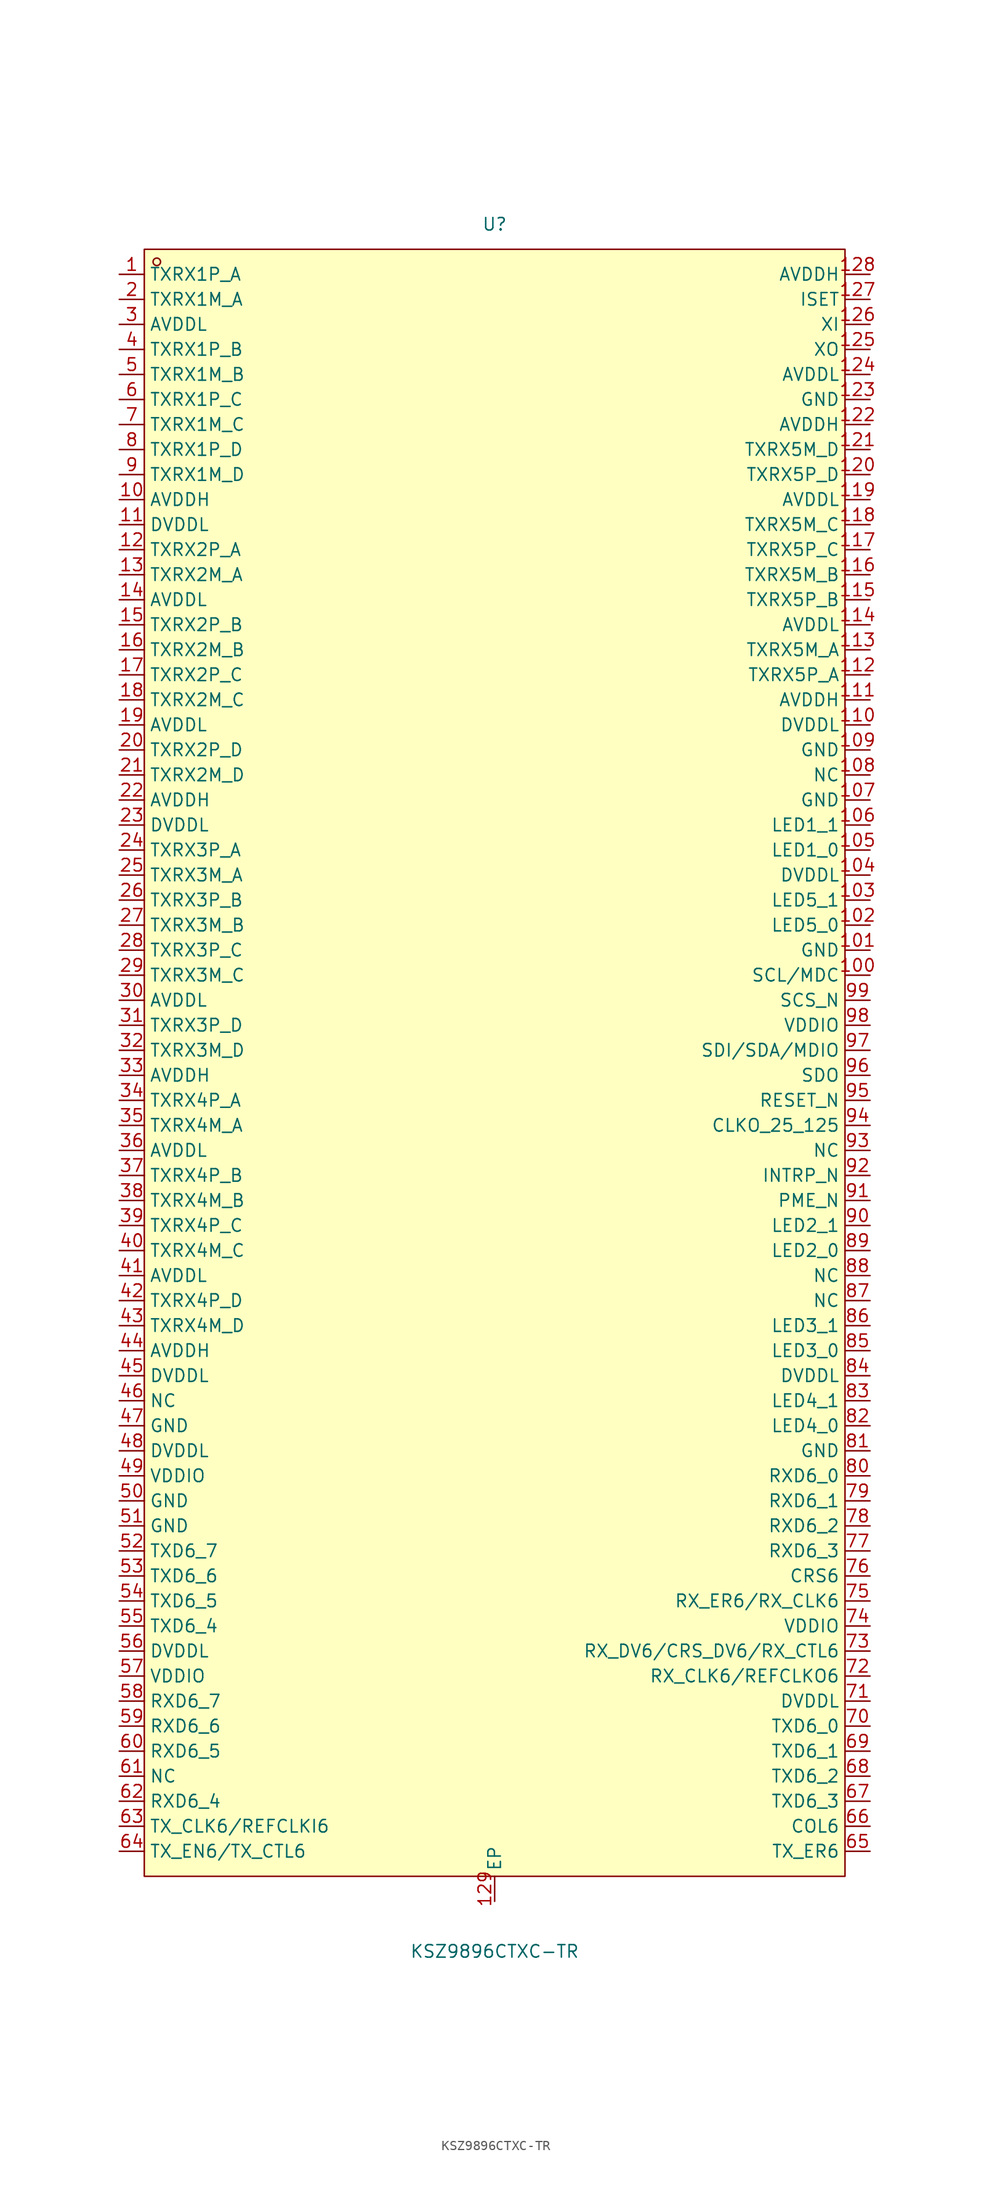
<source format=kicad_sym>
(kicad_symbol_lib
  (version 20211014)
  (generator https://github.com/uPesy/easyeda2kicad.py)
  (symbol "KSZ9896CTXC-TR"
    (property "Reference" "U"
      (at 0 86.36 0)
      (effects (font (size 1.27 1.27))))
    (property "Value" "KSZ9896CTXC-TR"
      (at 0 -88.90 0)
      (effects (font (size 1.27 1.27))))
    (symbol "KSZ9896CTXC-TR_0_1"
      (rectangle (start -35.56 83.82) (end 35.56 -81.28) (stroke (width 0) (type default) (color 0 0 0 0)) (fill (type background)))
      (circle (center -34.29 82.55) (radius 0.38) (stroke (width 0) (type default) (color 0 0 0 0)) (fill (type none)))
      (pin unspecified line (at 0.00 -83.82 90) (length 2.54) (name "EP" (effects (font (size 1.27 1.27)))) (number "129" (effects (font (size 1.27 1.27)))))
      (pin unspecified line (at 38.10 81.28 180) (length 2.54) (name "AVDDH" (effects (font (size 1.27 1.27)))) (number "128" (effects (font (size 1.27 1.27)))))
      (pin unspecified line (at 38.10 78.74 180) (length 2.54) (name "ISET" (effects (font (size 1.27 1.27)))) (number "127" (effects (font (size 1.27 1.27)))))
      (pin unspecified line (at 38.10 76.20 180) (length 2.54) (name "XI" (effects (font (size 1.27 1.27)))) (number "126" (effects (font (size 1.27 1.27)))))
      (pin unspecified line (at 38.10 73.66 180) (length 2.54) (name "XO" (effects (font (size 1.27 1.27)))) (number "125" (effects (font (size 1.27 1.27)))))
      (pin unspecified line (at 38.10 71.12 180) (length 2.54) (name "AVDDL" (effects (font (size 1.27 1.27)))) (number "124" (effects (font (size 1.27 1.27)))))
      (pin unspecified line (at 38.10 68.58 180) (length 2.54) (name "GND" (effects (font (size 1.27 1.27)))) (number "123" (effects (font (size 1.27 1.27)))))
      (pin unspecified line (at 38.10 66.04 180) (length 2.54) (name "AVDDH" (effects (font (size 1.27 1.27)))) (number "122" (effects (font (size 1.27 1.27)))))
      (pin unspecified line (at 38.10 63.50 180) (length 2.54) (name "TXRX5M_D" (effects (font (size 1.27 1.27)))) (number "121" (effects (font (size 1.27 1.27)))))
      (pin unspecified line (at 38.10 60.96 180) (length 2.54) (name "TXRX5P_D" (effects (font (size 1.27 1.27)))) (number "120" (effects (font (size 1.27 1.27)))))
      (pin unspecified line (at 38.10 58.42 180) (length 2.54) (name "AVDDL" (effects (font (size 1.27 1.27)))) (number "119" (effects (font (size 1.27 1.27)))))
      (pin unspecified line (at 38.10 55.88 180) (length 2.54) (name "TXRX5M_C" (effects (font (size 1.27 1.27)))) (number "118" (effects (font (size 1.27 1.27)))))
      (pin unspecified line (at 38.10 53.34 180) (length 2.54) (name "TXRX5P_C" (effects (font (size 1.27 1.27)))) (number "117" (effects (font (size 1.27 1.27)))))
      (pin unspecified line (at 38.10 50.80 180) (length 2.54) (name "TXRX5M_B" (effects (font (size 1.27 1.27)))) (number "116" (effects (font (size 1.27 1.27)))))
      (pin unspecified line (at 38.10 48.26 180) (length 2.54) (name "TXRX5P_B" (effects (font (size 1.27 1.27)))) (number "115" (effects (font (size 1.27 1.27)))))
      (pin unspecified line (at 38.10 45.72 180) (length 2.54) (name "AVDDL" (effects (font (size 1.27 1.27)))) (number "114" (effects (font (size 1.27 1.27)))))
      (pin unspecified line (at 38.10 43.18 180) (length 2.54) (name "TXRX5M_A" (effects (font (size 1.27 1.27)))) (number "113" (effects (font (size 1.27 1.27)))))
      (pin unspecified line (at 38.10 40.64 180) (length 2.54) (name "TXRX5P_A" (effects (font (size 1.27 1.27)))) (number "112" (effects (font (size 1.27 1.27)))))
      (pin unspecified line (at 38.10 38.10 180) (length 2.54) (name "AVDDH" (effects (font (size 1.27 1.27)))) (number "111" (effects (font (size 1.27 1.27)))))
      (pin unspecified line (at 38.10 35.56 180) (length 2.54) (name "DVDDL" (effects (font (size 1.27 1.27)))) (number "110" (effects (font (size 1.27 1.27)))))
      (pin unspecified line (at 38.10 33.02 180) (length 2.54) (name "GND" (effects (font (size 1.27 1.27)))) (number "109" (effects (font (size 1.27 1.27)))))
      (pin unspecified line (at 38.10 30.48 180) (length 2.54) (name "NC" (effects (font (size 1.27 1.27)))) (number "108" (effects (font (size 1.27 1.27)))))
      (pin unspecified line (at 38.10 27.94 180) (length 2.54) (name "GND" (effects (font (size 1.27 1.27)))) (number "107" (effects (font (size 1.27 1.27)))))
      (pin unspecified line (at 38.10 25.40 180) (length 2.54) (name "LED1_1" (effects (font (size 1.27 1.27)))) (number "106" (effects (font (size 1.27 1.27)))))
      (pin unspecified line (at 38.10 22.86 180) (length 2.54) (name "LED1_0" (effects (font (size 1.27 1.27)))) (number "105" (effects (font (size 1.27 1.27)))))
      (pin unspecified line (at 38.10 20.32 180) (length 2.54) (name "DVDDL" (effects (font (size 1.27 1.27)))) (number "104" (effects (font (size 1.27 1.27)))))
      (pin unspecified line (at 38.10 17.78 180) (length 2.54) (name "LED5_1" (effects (font (size 1.27 1.27)))) (number "103" (effects (font (size 1.27 1.27)))))
      (pin unspecified line (at 38.10 15.24 180) (length 2.54) (name "LED5_0" (effects (font (size 1.27 1.27)))) (number "102" (effects (font (size 1.27 1.27)))))
      (pin unspecified line (at 38.10 12.70 180) (length 2.54) (name "GND" (effects (font (size 1.27 1.27)))) (number "101" (effects (font (size 1.27 1.27)))))
      (pin unspecified line (at 38.10 10.16 180) (length 2.54) (name "SCL/MDC" (effects (font (size 1.27 1.27)))) (number "100" (effects (font (size 1.27 1.27)))))
      (pin unspecified line (at 38.10 7.62 180) (length 2.54) (name "SCS_N" (effects (font (size 1.27 1.27)))) (number "99" (effects (font (size 1.27 1.27)))))
      (pin unspecified line (at 38.10 5.08 180) (length 2.54) (name "VDDIO" (effects (font (size 1.27 1.27)))) (number "98" (effects (font (size 1.27 1.27)))))
      (pin unspecified line (at 38.10 2.54 180) (length 2.54) (name "SDI/SDA/MDIO" (effects (font (size 1.27 1.27)))) (number "97" (effects (font (size 1.27 1.27)))))
      (pin unspecified line (at 38.10 -0.00 180) (length 2.54) (name "SDO" (effects (font (size 1.27 1.27)))) (number "96" (effects (font (size 1.27 1.27)))))
      (pin unspecified line (at 38.10 -2.54 180) (length 2.54) (name "RESET_N" (effects (font (size 1.27 1.27)))) (number "95" (effects (font (size 1.27 1.27)))))
      (pin unspecified line (at 38.10 -5.08 180) (length 2.54) (name "CLKO_25_125" (effects (font (size 1.27 1.27)))) (number "94" (effects (font (size 1.27 1.27)))))
      (pin unspecified line (at 38.10 -7.62 180) (length 2.54) (name "NC" (effects (font (size 1.27 1.27)))) (number "93" (effects (font (size 1.27 1.27)))))
      (pin unspecified line (at 38.10 -10.16 180) (length 2.54) (name "INTRP_N" (effects (font (size 1.27 1.27)))) (number "92" (effects (font (size 1.27 1.27)))))
      (pin unspecified line (at 38.10 -12.70 180) (length 2.54) (name "PME_N" (effects (font (size 1.27 1.27)))) (number "91" (effects (font (size 1.27 1.27)))))
      (pin unspecified line (at 38.10 -15.24 180) (length 2.54) (name "LED2_1" (effects (font (size 1.27 1.27)))) (number "90" (effects (font (size 1.27 1.27)))))
      (pin unspecified line (at 38.10 -17.78 180) (length 2.54) (name "LED2_0" (effects (font (size 1.27 1.27)))) (number "89" (effects (font (size 1.27 1.27)))))
      (pin unspecified line (at 38.10 -20.32 180) (length 2.54) (name "NC" (effects (font (size 1.27 1.27)))) (number "88" (effects (font (size 1.27 1.27)))))
      (pin unspecified line (at 38.10 -22.86 180) (length 2.54) (name "NC" (effects (font (size 1.27 1.27)))) (number "87" (effects (font (size 1.27 1.27)))))
      (pin unspecified line (at 38.10 -25.40 180) (length 2.54) (name "LED3_1" (effects (font (size 1.27 1.27)))) (number "86" (effects (font (size 1.27 1.27)))))
      (pin unspecified line (at 38.10 -27.94 180) (length 2.54) (name "LED3_0" (effects (font (size 1.27 1.27)))) (number "85" (effects (font (size 1.27 1.27)))))
      (pin unspecified line (at 38.10 -30.48 180) (length 2.54) (name "DVDDL" (effects (font (size 1.27 1.27)))) (number "84" (effects (font (size 1.27 1.27)))))
      (pin unspecified line (at 38.10 -33.02 180) (length 2.54) (name "LED4_1" (effects (font (size 1.27 1.27)))) (number "83" (effects (font (size 1.27 1.27)))))
      (pin unspecified line (at 38.10 -35.56 180) (length 2.54) (name "LED4_0" (effects (font (size 1.27 1.27)))) (number "82" (effects (font (size 1.27 1.27)))))
      (pin unspecified line (at 38.10 -38.10 180) (length 2.54) (name "GND" (effects (font (size 1.27 1.27)))) (number "81" (effects (font (size 1.27 1.27)))))
      (pin unspecified line (at 38.10 -40.64 180) (length 2.54) (name "RXD6_0" (effects (font (size 1.27 1.27)))) (number "80" (effects (font (size 1.27 1.27)))))
      (pin unspecified line (at 38.10 -43.18 180) (length 2.54) (name "RXD6_1" (effects (font (size 1.27 1.27)))) (number "79" (effects (font (size 1.27 1.27)))))
      (pin unspecified line (at 38.10 -45.72 180) (length 2.54) (name "RXD6_2" (effects (font (size 1.27 1.27)))) (number "78" (effects (font (size 1.27 1.27)))))
      (pin unspecified line (at 38.10 -48.26 180) (length 2.54) (name "RXD6_3" (effects (font (size 1.27 1.27)))) (number "77" (effects (font (size 1.27 1.27)))))
      (pin unspecified line (at 38.10 -50.80 180) (length 2.54) (name "CRS6" (effects (font (size 1.27 1.27)))) (number "76" (effects (font (size 1.27 1.27)))))
      (pin unspecified line (at 38.10 -53.34 180) (length 2.54) (name "RX_ER6/RX_CLK6" (effects (font (size 1.27 1.27)))) (number "75" (effects (font (size 1.27 1.27)))))
      (pin unspecified line (at 38.10 -55.88 180) (length 2.54) (name "VDDIO" (effects (font (size 1.27 1.27)))) (number "74" (effects (font (size 1.27 1.27)))))
      (pin unspecified line (at 38.10 -58.42 180) (length 2.54) (name "RX_DV6/CRS_DV6/RX_CTL6" (effects (font (size 1.27 1.27)))) (number "73" (effects (font (size 1.27 1.27)))))
      (pin unspecified line (at 38.10 -60.96 180) (length 2.54) (name "RX_CLK6/REFCLKO6" (effects (font (size 1.27 1.27)))) (number "72" (effects (font (size 1.27 1.27)))))
      (pin unspecified line (at 38.10 -63.50 180) (length 2.54) (name "DVDDL" (effects (font (size 1.27 1.27)))) (number "71" (effects (font (size 1.27 1.27)))))
      (pin unspecified line (at 38.10 -66.04 180) (length 2.54) (name "TXD6_0" (effects (font (size 1.27 1.27)))) (number "70" (effects (font (size 1.27 1.27)))))
      (pin unspecified line (at 38.10 -68.58 180) (length 2.54) (name "TXD6_1" (effects (font (size 1.27 1.27)))) (number "69" (effects (font (size 1.27 1.27)))))
      (pin unspecified line (at 38.10 -71.12 180) (length 2.54) (name "TXD6_2" (effects (font (size 1.27 1.27)))) (number "68" (effects (font (size 1.27 1.27)))))
      (pin unspecified line (at 38.10 -73.66 180) (length 2.54) (name "TXD6_3" (effects (font (size 1.27 1.27)))) (number "67" (effects (font (size 1.27 1.27)))))
      (pin unspecified line (at 38.10 -76.20 180) (length 2.54) (name "COL6" (effects (font (size 1.27 1.27)))) (number "66" (effects (font (size 1.27 1.27)))))
      (pin unspecified line (at 38.10 -78.74 180) (length 2.54) (name "TX_ER6" (effects (font (size 1.27 1.27)))) (number "65" (effects (font (size 1.27 1.27)))))
      (pin unspecified line (at -38.10 -78.74 0) (length 2.54) (name "TX_EN6/TX_CTL6" (effects (font (size 1.27 1.27)))) (number "64" (effects (font (size 1.27 1.27)))))
      (pin unspecified line (at -38.10 -76.20 0) (length 2.54) (name "TX_CLK6/REFCLKI6" (effects (font (size 1.27 1.27)))) (number "63" (effects (font (size 1.27 1.27)))))
      (pin unspecified line (at -38.10 -73.66 0) (length 2.54) (name "RXD6_4" (effects (font (size 1.27 1.27)))) (number "62" (effects (font (size 1.27 1.27)))))
      (pin unspecified line (at -38.10 -71.12 0) (length 2.54) (name "NC" (effects (font (size 1.27 1.27)))) (number "61" (effects (font (size 1.27 1.27)))))
      (pin unspecified line (at -38.10 -68.58 0) (length 2.54) (name "RXD6_5" (effects (font (size 1.27 1.27)))) (number "60" (effects (font (size 1.27 1.27)))))
      (pin unspecified line (at -38.10 -66.04 0) (length 2.54) (name "RXD6_6" (effects (font (size 1.27 1.27)))) (number "59" (effects (font (size 1.27 1.27)))))
      (pin unspecified line (at -38.10 -63.50 0) (length 2.54) (name "RXD6_7" (effects (font (size 1.27 1.27)))) (number "58" (effects (font (size 1.27 1.27)))))
      (pin unspecified line (at -38.10 -60.96 0) (length 2.54) (name "VDDIO" (effects (font (size 1.27 1.27)))) (number "57" (effects (font (size 1.27 1.27)))))
      (pin unspecified line (at -38.10 -58.42 0) (length 2.54) (name "DVDDL" (effects (font (size 1.27 1.27)))) (number "56" (effects (font (size 1.27 1.27)))))
      (pin unspecified line (at -38.10 -55.88 0) (length 2.54) (name "TXD6_4" (effects (font (size 1.27 1.27)))) (number "55" (effects (font (size 1.27 1.27)))))
      (pin unspecified line (at -38.10 -53.34 0) (length 2.54) (name "TXD6_5" (effects (font (size 1.27 1.27)))) (number "54" (effects (font (size 1.27 1.27)))))
      (pin unspecified line (at -38.10 -50.80 0) (length 2.54) (name "TXD6_6" (effects (font (size 1.27 1.27)))) (number "53" (effects (font (size 1.27 1.27)))))
      (pin unspecified line (at -38.10 -48.26 0) (length 2.54) (name "TXD6_7" (effects (font (size 1.27 1.27)))) (number "52" (effects (font (size 1.27 1.27)))))
      (pin unspecified line (at -38.10 -45.72 0) (length 2.54) (name "GND" (effects (font (size 1.27 1.27)))) (number "51" (effects (font (size 1.27 1.27)))))
      (pin unspecified line (at -38.10 -43.18 0) (length 2.54) (name "GND" (effects (font (size 1.27 1.27)))) (number "50" (effects (font (size 1.27 1.27)))))
      (pin unspecified line (at -38.10 -40.64 0) (length 2.54) (name "VDDIO" (effects (font (size 1.27 1.27)))) (number "49" (effects (font (size 1.27 1.27)))))
      (pin unspecified line (at -38.10 -38.10 0) (length 2.54) (name "DVDDL" (effects (font (size 1.27 1.27)))) (number "48" (effects (font (size 1.27 1.27)))))
      (pin unspecified line (at -38.10 -35.56 0) (length 2.54) (name "GND" (effects (font (size 1.27 1.27)))) (number "47" (effects (font (size 1.27 1.27)))))
      (pin unspecified line (at -38.10 -33.02 0) (length 2.54) (name "NC" (effects (font (size 1.27 1.27)))) (number "46" (effects (font (size 1.27 1.27)))))
      (pin unspecified line (at -38.10 -30.48 0) (length 2.54) (name "DVDDL" (effects (font (size 1.27 1.27)))) (number "45" (effects (font (size 1.27 1.27)))))
      (pin unspecified line (at -38.10 -27.94 0) (length 2.54) (name "AVDDH" (effects (font (size 1.27 1.27)))) (number "44" (effects (font (size 1.27 1.27)))))
      (pin unspecified line (at -38.10 -25.40 0) (length 2.54) (name "TXRX4M_D" (effects (font (size 1.27 1.27)))) (number "43" (effects (font (size 1.27 1.27)))))
      (pin unspecified line (at -38.10 -22.86 0) (length 2.54) (name "TXRX4P_D" (effects (font (size 1.27 1.27)))) (number "42" (effects (font (size 1.27 1.27)))))
      (pin unspecified line (at -38.10 -20.32 0) (length 2.54) (name "AVDDL" (effects (font (size 1.27 1.27)))) (number "41" (effects (font (size 1.27 1.27)))))
      (pin unspecified line (at -38.10 -17.78 0) (length 2.54) (name "TXRX4M_C" (effects (font (size 1.27 1.27)))) (number "40" (effects (font (size 1.27 1.27)))))
      (pin unspecified line (at -38.10 -15.24 0) (length 2.54) (name "TXRX4P_C" (effects (font (size 1.27 1.27)))) (number "39" (effects (font (size 1.27 1.27)))))
      (pin unspecified line (at -38.10 -12.70 0) (length 2.54) (name "TXRX4M_B" (effects (font (size 1.27 1.27)))) (number "38" (effects (font (size 1.27 1.27)))))
      (pin unspecified line (at -38.10 -10.16 0) (length 2.54) (name "TXRX4P_B" (effects (font (size 1.27 1.27)))) (number "37" (effects (font (size 1.27 1.27)))))
      (pin unspecified line (at -38.10 -7.62 0) (length 2.54) (name "AVDDL" (effects (font (size 1.27 1.27)))) (number "36" (effects (font (size 1.27 1.27)))))
      (pin unspecified line (at -38.10 -5.08 0) (length 2.54) (name "TXRX4M_A" (effects (font (size 1.27 1.27)))) (number "35" (effects (font (size 1.27 1.27)))))
      (pin unspecified line (at -38.10 -2.54 0) (length 2.54) (name "TXRX4P_A" (effects (font (size 1.27 1.27)))) (number "34" (effects (font (size 1.27 1.27)))))
      (pin unspecified line (at -38.10 -0.00 0) (length 2.54) (name "AVDDH" (effects (font (size 1.27 1.27)))) (number "33" (effects (font (size 1.27 1.27)))))
      (pin unspecified line (at -38.10 2.54 0) (length 2.54) (name "TXRX3M_D" (effects (font (size 1.27 1.27)))) (number "32" (effects (font (size 1.27 1.27)))))
      (pin unspecified line (at -38.10 5.08 0) (length 2.54) (name "TXRX3P_D" (effects (font (size 1.27 1.27)))) (number "31" (effects (font (size 1.27 1.27)))))
      (pin unspecified line (at -38.10 7.62 0) (length 2.54) (name "AVDDL" (effects (font (size 1.27 1.27)))) (number "30" (effects (font (size 1.27 1.27)))))
      (pin unspecified line (at -38.10 10.16 0) (length 2.54) (name "TXRX3M_C" (effects (font (size 1.27 1.27)))) (number "29" (effects (font (size 1.27 1.27)))))
      (pin unspecified line (at -38.10 12.70 0) (length 2.54) (name "TXRX3P_C" (effects (font (size 1.27 1.27)))) (number "28" (effects (font (size 1.27 1.27)))))
      (pin unspecified line (at -38.10 15.24 0) (length 2.54) (name "TXRX3M_B" (effects (font (size 1.27 1.27)))) (number "27" (effects (font (size 1.27 1.27)))))
      (pin unspecified line (at -38.10 17.78 0) (length 2.54) (name "TXRX3P_B" (effects (font (size 1.27 1.27)))) (number "26" (effects (font (size 1.27 1.27)))))
      (pin unspecified line (at -38.10 20.32 0) (length 2.54) (name "TXRX3M_A" (effects (font (size 1.27 1.27)))) (number "25" (effects (font (size 1.27 1.27)))))
      (pin unspecified line (at -38.10 22.86 0) (length 2.54) (name "TXRX3P_A" (effects (font (size 1.27 1.27)))) (number "24" (effects (font (size 1.27 1.27)))))
      (pin unspecified line (at -38.10 25.40 0) (length 2.54) (name "DVDDL" (effects (font (size 1.27 1.27)))) (number "23" (effects (font (size 1.27 1.27)))))
      (pin unspecified line (at -38.10 27.94 0) (length 2.54) (name "AVDDH" (effects (font (size 1.27 1.27)))) (number "22" (effects (font (size 1.27 1.27)))))
      (pin unspecified line (at -38.10 30.48 0) (length 2.54) (name "TXRX2M_D" (effects (font (size 1.27 1.27)))) (number "21" (effects (font (size 1.27 1.27)))))
      (pin unspecified line (at -38.10 33.02 0) (length 2.54) (name "TXRX2P_D" (effects (font (size 1.27 1.27)))) (number "20" (effects (font (size 1.27 1.27)))))
      (pin unspecified line (at -38.10 35.56 0) (length 2.54) (name "AVDDL" (effects (font (size 1.27 1.27)))) (number "19" (effects (font (size 1.27 1.27)))))
      (pin unspecified line (at -38.10 38.10 0) (length 2.54) (name "TXRX2M_C" (effects (font (size 1.27 1.27)))) (number "18" (effects (font (size 1.27 1.27)))))
      (pin unspecified line (at -38.10 40.64 0) (length 2.54) (name "TXRX2P_C" (effects (font (size 1.27 1.27)))) (number "17" (effects (font (size 1.27 1.27)))))
      (pin unspecified line (at -38.10 43.18 0) (length 2.54) (name "TXRX2M_B" (effects (font (size 1.27 1.27)))) (number "16" (effects (font (size 1.27 1.27)))))
      (pin unspecified line (at -38.10 45.72 0) (length 2.54) (name "TXRX2P_B" (effects (font (size 1.27 1.27)))) (number "15" (effects (font (size 1.27 1.27)))))
      (pin unspecified line (at -38.10 48.26 0) (length 2.54) (name "AVDDL" (effects (font (size 1.27 1.27)))) (number "14" (effects (font (size 1.27 1.27)))))
      (pin unspecified line (at -38.10 50.80 0) (length 2.54) (name "TXRX2M_A" (effects (font (size 1.27 1.27)))) (number "13" (effects (font (size 1.27 1.27)))))
      (pin unspecified line (at -38.10 53.34 0) (length 2.54) (name "TXRX2P_A" (effects (font (size 1.27 1.27)))) (number "12" (effects (font (size 1.27 1.27)))))
      (pin unspecified line (at -38.10 55.88 0) (length 2.54) (name "DVDDL" (effects (font (size 1.27 1.27)))) (number "11" (effects (font (size 1.27 1.27)))))
      (pin unspecified line (at -38.10 58.42 0) (length 2.54) (name "AVDDH" (effects (font (size 1.27 1.27)))) (number "10" (effects (font (size 1.27 1.27)))))
      (pin unspecified line (at -38.10 60.96 0) (length 2.54) (name "TXRX1M_D" (effects (font (size 1.27 1.27)))) (number "9" (effects (font (size 1.27 1.27)))))
      (pin unspecified line (at -38.10 63.50 0) (length 2.54) (name "TXRX1P_D" (effects (font (size 1.27 1.27)))) (number "8" (effects (font (size 1.27 1.27)))))
      (pin unspecified line (at -38.10 66.04 0) (length 2.54) (name "TXRX1M_C" (effects (font (size 1.27 1.27)))) (number "7" (effects (font (size 1.27 1.27)))))
      (pin unspecified line (at -38.10 68.58 0) (length 2.54) (name "TXRX1P_C" (effects (font (size 1.27 1.27)))) (number "6" (effects (font (size 1.27 1.27)))))
      (pin unspecified line (at -38.10 71.12 0) (length 2.54) (name "TXRX1M_B" (effects (font (size 1.27 1.27)))) (number "5" (effects (font (size 1.27 1.27)))))
      (pin unspecified line (at -38.10 73.66 0) (length 2.54) (name "TXRX1P_B" (effects (font (size 1.27 1.27)))) (number "4" (effects (font (size 1.27 1.27)))))
      (pin unspecified line (at -38.10 76.20 0) (length 2.54) (name "AVDDL" (effects (font (size 1.27 1.27)))) (number "3" (effects (font (size 1.27 1.27)))))
      (pin unspecified line (at -38.10 78.74 0) (length 2.54) (name "TXRX1M_A" (effects (font (size 1.27 1.27)))) (number "2" (effects (font (size 1.27 1.27)))))
      (pin unspecified line (at -38.10 81.28 0) (length 2.54) (name "TXRX1P_A" (effects (font (size 1.27 1.27)))) (number "1" (effects (font (size 1.27 1.27))))))))
</source>
